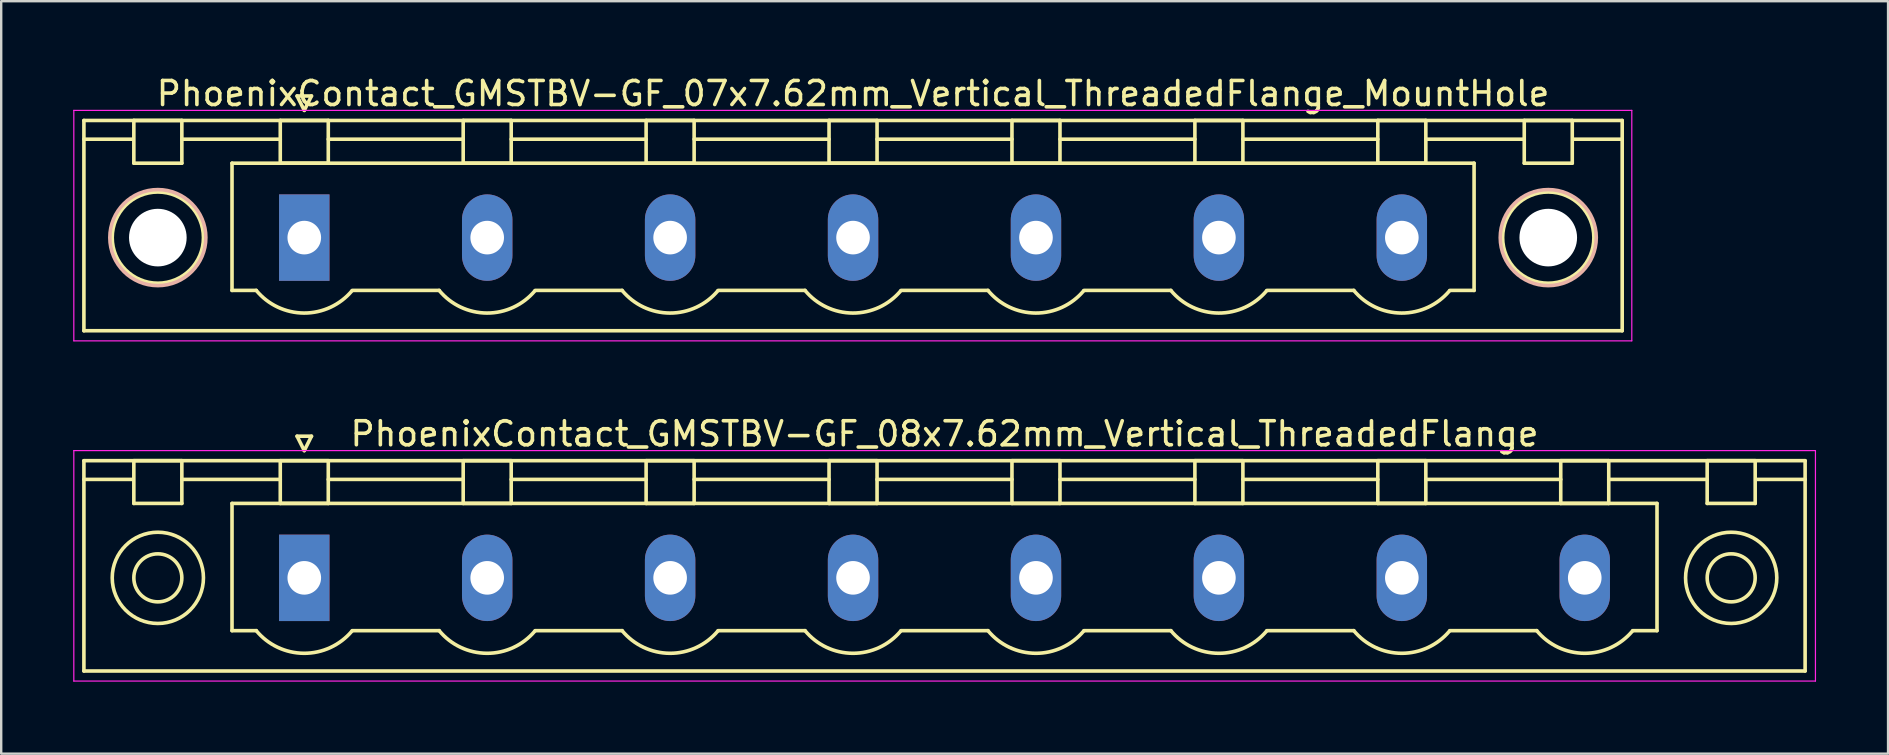
<source format=kicad_pcb>
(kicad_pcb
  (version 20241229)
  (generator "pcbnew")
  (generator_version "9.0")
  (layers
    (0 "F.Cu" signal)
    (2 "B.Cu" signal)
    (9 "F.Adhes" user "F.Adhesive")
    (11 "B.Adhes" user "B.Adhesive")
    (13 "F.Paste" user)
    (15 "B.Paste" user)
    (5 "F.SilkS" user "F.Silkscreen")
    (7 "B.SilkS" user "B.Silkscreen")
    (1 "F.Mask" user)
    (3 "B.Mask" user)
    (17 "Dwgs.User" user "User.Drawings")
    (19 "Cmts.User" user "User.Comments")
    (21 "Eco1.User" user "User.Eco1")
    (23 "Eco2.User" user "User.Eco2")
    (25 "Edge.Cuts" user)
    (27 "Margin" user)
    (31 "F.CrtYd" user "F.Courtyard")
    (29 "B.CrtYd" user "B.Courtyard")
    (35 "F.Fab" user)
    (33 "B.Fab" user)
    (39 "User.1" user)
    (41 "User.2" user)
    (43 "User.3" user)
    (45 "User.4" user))
  (footprint "PhoenixContact_GMSTBV-GF_08x7.62mm_Vertical_ThreadedFlange"
    (layer "F.Cu")
    (at 9.625 21.021)
    (property "Reference" "PhoenixContact_GMSTBV-GF_08x7.62mm_Vertical_ThreadedFlange" (at 26.67 -6 0) (layer "F.SilkS") (effects (font (size 1 1) (thickness 0.15))))
    (attr through_hole)
    (fp_line (start -9.18 -4.88) (end -9.18 3.88) (stroke (width 0.15) (type solid)) (layer "F.SilkS"))
    (fp_line (start -9.18 -4.1) (end -7.18 -4.1) (stroke (width 0.15) (type solid)) (layer "F.SilkS"))
    (fp_line (start -9.18 3.88) (end 62.52 3.88) (stroke (width 0.15) (type solid)) (layer "F.SilkS"))
    (fp_line (start -7.1 -4.88) (end -5.1 -4.88) (stroke (width 0.15) (type solid)) (layer "F.SilkS"))
    (fp_line (start -7.1 -3.1) (end -7.1 -4.88) (stroke (width 0.15) (type solid)) (layer "F.SilkS"))
    (fp_line (start -5.1 -4.88) (end -5.1 -3.1) (stroke (width 0.15) (type solid)) (layer "F.SilkS"))
    (fp_line (start -5.1 -4.1) (end -1 -4.1) (stroke (width 0.15) (type solid)) (layer "F.SilkS"))
    (fp_line (start -5.1 -3.1) (end -7.1 -3.1) (stroke (width 0.15) (type solid)) (layer "F.SilkS"))
    (fp_line (start -3.01 -3.1) (end 56.35 -3.1) (stroke (width 0.15) (type solid)) (layer "F.SilkS"))
    (fp_line (start -3.01 2.2) (end -3.01 -3.1) (stroke (width 0.15) (type solid)) (layer "F.SilkS"))
    (fp_line (start -2 2.2) (end -3.01 2.2) (stroke (width 0.15) (type solid)) (layer "F.SilkS"))
    (fp_line (start -1 -4.88) (end 1 -4.88) (stroke (width 0.15) (type solid)) (layer "F.SilkS"))
    (fp_line (start -1 -3.1) (end -1 -4.88) (stroke (width 0.15) (type solid)) (layer "F.SilkS"))
    (fp_line (start -0.3 -5.9) (end 0 -5.3) (stroke (width 0.15) (type solid)) (layer "F.SilkS"))
    (fp_line (start 0 -5.3) (end 0.3 -5.9) (stroke (width 0.15) (type solid)) (layer "F.SilkS"))
    (fp_line (start 0.3 -5.9) (end -0.3 -5.9) (stroke (width 0.15) (type solid)) (layer "F.SilkS"))
    (fp_line (start 1 -4.88) (end 1 -3.1) (stroke (width 0.15) (type solid)) (layer "F.SilkS"))
    (fp_line (start 1 -4.1) (end 6.62 -4.1) (stroke (width 0.15) (type solid)) (layer "F.SilkS"))
    (fp_line (start 1 -3.1) (end -1 -3.1) (stroke (width 0.15) (type solid)) (layer "F.SilkS"))
    (fp_line (start 2 2.2) (end 5.62 2.2) (stroke (width 0.15) (type solid)) (layer "F.SilkS"))
    (fp_line (start 6.62 -4.88) (end 8.62 -4.88) (stroke (width 0.15) (type solid)) (layer "F.SilkS"))
    (fp_line (start 6.62 -3.1) (end 6.62 -4.88) (stroke (width 0.15) (type solid)) (layer "F.SilkS"))
    (fp_line (start 8.62 -4.88) (end 8.62 -3.1) (stroke (width 0.15) (type solid)) (layer "F.SilkS"))
    (fp_line (start 8.62 -4.1) (end 14.24 -4.1) (stroke (width 0.15) (type solid)) (layer "F.SilkS"))
    (fp_line (start 8.62 -3.1) (end 6.62 -3.1) (stroke (width 0.15) (type solid)) (layer "F.SilkS"))
    (fp_line (start 9.62 2.2) (end 13.24 2.2) (stroke (width 0.15) (type solid)) (layer "F.SilkS"))
    (fp_line (start 14.24 -4.88) (end 16.24 -4.88) (stroke (width 0.15) (type solid)) (layer "F.SilkS"))
    (fp_line (start 14.24 -3.1) (end 14.24 -4.88) (stroke (width 0.15) (type solid)) (layer "F.SilkS"))
    (fp_line (start 16.24 -4.88) (end 16.24 -3.1) (stroke (width 0.15) (type solid)) (layer "F.SilkS"))
    (fp_line (start 16.24 -4.1) (end 21.86 -4.1) (stroke (width 0.15) (type solid)) (layer "F.SilkS"))
    (fp_line (start 16.24 -3.1) (end 14.24 -3.1) (stroke (width 0.15) (type solid)) (layer "F.SilkS"))
    (fp_line (start 17.24 2.2) (end 20.86 2.2) (stroke (width 0.15) (type solid)) (layer "F.SilkS"))
    (fp_line (start 21.86 -4.88) (end 23.86 -4.88) (stroke (width 0.15) (type solid)) (layer "F.SilkS"))
    (fp_line (start 21.86 -3.1) (end 21.86 -4.88) (stroke (width 0.15) (type solid)) (layer "F.SilkS"))
    (fp_line (start 23.86 -4.88) (end 23.86 -3.1) (stroke (width 0.15) (type solid)) (layer "F.SilkS"))
    (fp_line (start 23.86 -4.1) (end 29.48 -4.1) (stroke (width 0.15) (type solid)) (layer "F.SilkS"))
    (fp_line (start 23.86 -3.1) (end 21.86 -3.1) (stroke (width 0.15) (type solid)) (layer "F.SilkS"))
    (fp_line (start 24.86 2.2) (end 28.48 2.2) (stroke (width 0.15) (type solid)) (layer "F.SilkS"))
    (fp_line (start 29.48 -4.88) (end 31.48 -4.88) (stroke (width 0.15) (type solid)) (layer "F.SilkS"))
    (fp_line (start 29.48 -3.1) (end 29.48 -4.88) (stroke (width 0.15) (type solid)) (layer "F.SilkS"))
    (fp_line (start 31.48 -4.88) (end 31.48 -3.1) (stroke (width 0.15) (type solid)) (layer "F.SilkS"))
    (fp_line (start 31.48 -4.1) (end 37.1 -4.1) (stroke (width 0.15) (type solid)) (layer "F.SilkS"))
    (fp_line (start 31.48 -3.1) (end 29.48 -3.1) (stroke (width 0.15) (type solid)) (layer "F.SilkS"))
    (fp_line (start 32.48 2.2) (end 36.1 2.2) (stroke (width 0.15) (type solid)) (layer "F.SilkS"))
    (fp_line (start 37.1 -4.88) (end 39.1 -4.88) (stroke (width 0.15) (type solid)) (layer "F.SilkS"))
    (fp_line (start 37.1 -3.1) (end 37.1 -4.88) (stroke (width 0.15) (type solid)) (layer "F.SilkS"))
    (fp_line (start 39.1 -4.88) (end 39.1 -3.1) (stroke (width 0.15) (type solid)) (layer "F.SilkS"))
    (fp_line (start 39.1 -4.1) (end 44.72 -4.1) (stroke (width 0.15) (type solid)) (layer "F.SilkS"))
    (fp_line (start 39.1 -3.1) (end 37.1 -3.1) (stroke (width 0.15) (type solid)) (layer "F.SilkS"))
    (fp_line (start 40.1 2.2) (end 43.72 2.2) (stroke (width 0.15) (type solid)) (layer "F.SilkS"))
    (fp_line (start 44.72 -4.88) (end 46.72 -4.88) (stroke (width 0.15) (type solid)) (layer "F.SilkS"))
    (fp_line (start 44.72 -3.1) (end 44.72 -4.88) (stroke (width 0.15) (type solid)) (layer "F.SilkS"))
    (fp_line (start 46.72 -4.88) (end 46.72 -3.1) (stroke (width 0.15) (type solid)) (layer "F.SilkS"))
    (fp_line (start 46.72 -4.1) (end 52.34 -4.1) (stroke (width 0.15) (type solid)) (layer "F.SilkS"))
    (fp_line (start 46.72 -3.1) (end 44.72 -3.1) (stroke (width 0.15) (type solid)) (layer "F.SilkS"))
    (fp_line (start 47.72 2.2) (end 51.34 2.2) (stroke (width 0.15) (type solid)) (layer "F.SilkS"))
    (fp_line (start 52.34 -4.88) (end 54.34 -4.88) (stroke (width 0.15) (type solid)) (layer "F.SilkS"))
    (fp_line (start 52.34 -3.1) (end 52.34 -4.88) (stroke (width 0.15) (type solid)) (layer "F.SilkS"))
    (fp_line (start 54.34 -4.88) (end 54.34 -3.1) (stroke (width 0.15) (type solid)) (layer "F.SilkS"))
    (fp_line (start 54.34 -4.1) (end 58.44 -4.1) (stroke (width 0.15) (type solid)) (layer "F.SilkS"))
    (fp_line (start 54.34 -3.1) (end 52.34 -3.1) (stroke (width 0.15) (type solid)) (layer "F.SilkS"))
    (fp_line (start 56.35 -3.1) (end 56.35 2.2) (stroke (width 0.15) (type solid)) (layer "F.SilkS"))
    (fp_line (start 56.35 2.2) (end 55.34 2.2) (stroke (width 0.15) (type solid)) (layer "F.SilkS"))
    (fp_line (start 58.44 -4.88) (end 60.44 -4.88) (stroke (width 0.15) (type solid)) (layer "F.SilkS"))
    (fp_line (start 58.44 -3.1) (end 58.44 -4.88) (stroke (width 0.15) (type solid)) (layer "F.SilkS"))
    (fp_line (start 60.44 -4.88) (end 60.44 -3.1) (stroke (width 0.15) (type solid)) (layer "F.SilkS"))
    (fp_line (start 60.44 -3.1) (end 58.44 -3.1) (stroke (width 0.15) (type solid)) (layer "F.SilkS"))
    (fp_line (start 62.52 -4.88) (end -9.18 -4.88) (stroke (width 0.15) (type solid)) (layer "F.SilkS"))
    (fp_line (start 62.52 -4.1) (end 60.52 -4.1) (stroke (width 0.15) (type solid)) (layer "F.SilkS"))
    (fp_line (start 62.52 3.88) (end 62.52 -4.88) (stroke (width 0.15) (type solid)) (layer "F.SilkS"))
    (fp_arc (start 1.986842 2.215821) (mid -0.010289 3.142758) (end -2 2.2) (stroke (width 0.15) (type solid)) (layer "F.SilkS"))
    (fp_arc (start 9.606842 2.215821) (mid 7.609711 3.142758) (end 5.62 2.2) (stroke (width 0.15) (type solid)) (layer "F.SilkS"))
    (fp_arc (start 17.226842 2.215821) (mid 15.229711 3.142758) (end 13.24 2.2) (stroke (width 0.15) (type solid)) (layer "F.SilkS"))
    (fp_arc (start 24.846842 2.215821) (mid 22.849711 3.142758) (end 20.86 2.2) (stroke (width 0.15) (type solid)) (layer "F.SilkS"))
    (fp_arc (start 32.466842 2.215821) (mid 30.469711 3.142758) (end 28.48 2.2) (stroke (width 0.15) (type solid)) (layer "F.SilkS"))
    (fp_arc (start 40.086842 2.215821) (mid 38.089711 3.142758) (end 36.1 2.2) (stroke (width 0.15) (type solid)) (layer "F.SilkS"))
    (fp_arc (start 47.706842 2.215821) (mid 45.709711 3.142758) (end 43.72 2.2) (stroke (width 0.15) (type solid)) (layer "F.SilkS"))
    (fp_arc (start 55.326842 2.215821) (mid 53.329711 3.142758) (end 51.34 2.2) (stroke (width 0.15) (type solid)) (layer "F.SilkS"))
    (fp_circle (center -6.1 0) (end -5.1 0) (stroke (width 0.15) (type solid)) (fill no) (layer "F.SilkS"))
    (fp_circle (center -6.1 0) (end -4.2 0) (stroke (width 0.15) (type solid)) (fill no) (layer "F.SilkS"))
    (fp_circle (center 59.44 0) (end 60.44 0) (stroke (width 0.15) (type solid)) (fill no) (layer "F.SilkS"))
    (fp_circle (center 59.44 0) (end 61.34 0) (stroke (width 0.15) (type solid)) (fill no) (layer "F.SilkS"))
    (fp_line (start -9.6 -5.3) (end -9.6 4.3) (stroke (width 0.05) (type solid)) (layer "F.CrtYd"))
    (fp_line (start -9.6 4.3) (end 62.95 4.3) (stroke (width 0.05) (type solid)) (layer "F.CrtYd"))
    (fp_line (start 62.95 -5.3) (end -9.6 -5.3) (stroke (width 0.05) (type solid)) (layer "F.CrtYd"))
    (fp_line (start 62.95 4.3) (end 62.95 -5.3) (stroke (width 0.05) (type solid)) (layer "F.CrtYd"))
    (pad "1" thru_hole rect (at 0 0) (size 2.1 3.6) (drill 1.4) (layers "*.Cu" "*.Mask"))
    (pad "2" thru_hole oval (at 7.62 0) (size 2.1 3.6) (drill 1.4) (layers "*.Cu" "*.Mask"))
    (pad "3" thru_hole oval (at 15.24 0) (size 2.1 3.6) (drill 1.4) (layers "*.Cu" "*.Mask"))
    (pad "4" thru_hole oval (at 22.86 0) (size 2.1 3.6) (drill 1.4) (layers "*.Cu" "*.Mask"))
    (pad "5" thru_hole oval (at 30.48 0) (size 2.1 3.6) (drill 1.4) (layers "*.Cu" "*.Mask"))
    (pad "6" thru_hole oval (at 38.1 0) (size 2.1 3.6) (drill 1.4) (layers "*.Cu" "*.Mask"))
    (pad "7" thru_hole oval (at 45.72 0) (size 2.1 3.6) (drill 1.4) (layers "*.Cu" "*.Mask"))
    (pad "8" thru_hole oval (at 53.34 0) (size 2.1 3.6) (drill 1.4) (layers "*.Cu" "*.Mask")))
  (footprint "PhoenixContact_GMSTBV-GF_07x7.62mm_Vertical_ThreadedFlange_MountHole"
    (layer "F.Cu")
    (at 9.625 6.848)
    (property "Reference" "PhoenixContact_GMSTBV-GF_07x7.62mm_Vertical_ThreadedFlange_MountHole" (at 22.86 -6 0) (layer "F.SilkS") (effects (font (size 1 1) (thickness 0.15))))
    (attr through_hole)
    (fp_line (start -9.18 -4.88) (end -9.18 3.88) (stroke (width 0.15) (type solid)) (layer "F.SilkS"))
    (fp_line (start -9.18 -4.1) (end -7.18 -4.1) (stroke (width 0.15) (type solid)) (layer "F.SilkS"))
    (fp_line (start -9.18 3.88) (end 54.9 3.88) (stroke (width 0.15) (type solid)) (layer "F.SilkS"))
    (fp_line (start -7.1 -4.88) (end -5.1 -4.88) (stroke (width 0.15) (type solid)) (layer "F.SilkS"))
    (fp_line (start -7.1 -3.1) (end -7.1 -4.88) (stroke (width 0.15) (type solid)) (layer "F.SilkS"))
    (fp_line (start -5.1 -4.88) (end -5.1 -3.1) (stroke (width 0.15) (type solid)) (layer "F.SilkS"))
    (fp_line (start -5.1 -4.1) (end -1 -4.1) (stroke (width 0.15) (type solid)) (layer "F.SilkS"))
    (fp_line (start -5.1 -3.1) (end -7.1 -3.1) (stroke (width 0.15) (type solid)) (layer "F.SilkS"))
    (fp_line (start -3.01 -3.1) (end 48.73 -3.1) (stroke (width 0.15) (type solid)) (layer "F.SilkS"))
    (fp_line (start -3.01 2.2) (end -3.01 -3.1) (stroke (width 0.15) (type solid)) (layer "F.SilkS"))
    (fp_line (start -2 2.2) (end -3.01 2.2) (stroke (width 0.15) (type solid)) (layer "F.SilkS"))
    (fp_line (start -1 -4.88) (end 1 -4.88) (stroke (width 0.15) (type solid)) (layer "F.SilkS"))
    (fp_line (start -1 -3.1) (end -1 -4.88) (stroke (width 0.15) (type solid)) (layer "F.SilkS"))
    (fp_line (start -0.3 -5.9) (end 0 -5.3) (stroke (width 0.15) (type solid)) (layer "F.SilkS"))
    (fp_line (start 0 -5.3) (end 0.3 -5.9) (stroke (width 0.15) (type solid)) (layer "F.SilkS"))
    (fp_line (start 0.3 -5.9) (end -0.3 -5.9) (stroke (width 0.15) (type solid)) (layer "F.SilkS"))
    (fp_line (start 1 -4.88) (end 1 -3.1) (stroke (width 0.15) (type solid)) (layer "F.SilkS"))
    (fp_line (start 1 -4.1) (end 6.62 -4.1) (stroke (width 0.15) (type solid)) (layer "F.SilkS"))
    (fp_line (start 1 -3.1) (end -1 -3.1) (stroke (width 0.15) (type solid)) (layer "F.SilkS"))
    (fp_line (start 2 2.2) (end 5.62 2.2) (stroke (width 0.15) (type solid)) (layer "F.SilkS"))
    (fp_line (start 6.62 -4.88) (end 8.62 -4.88) (stroke (width 0.15) (type solid)) (layer "F.SilkS"))
    (fp_line (start 6.62 -3.1) (end 6.62 -4.88) (stroke (width 0.15) (type solid)) (layer "F.SilkS"))
    (fp_line (start 8.62 -4.88) (end 8.62 -3.1) (stroke (width 0.15) (type solid)) (layer "F.SilkS"))
    (fp_line (start 8.62 -4.1) (end 14.24 -4.1) (stroke (width 0.15) (type solid)) (layer "F.SilkS"))
    (fp_line (start 8.62 -3.1) (end 6.62 -3.1) (stroke (width 0.15) (type solid)) (layer "F.SilkS"))
    (fp_line (start 9.62 2.2) (end 13.24 2.2) (stroke (width 0.15) (type solid)) (layer "F.SilkS"))
    (fp_line (start 14.24 -4.88) (end 16.24 -4.88) (stroke (width 0.15) (type solid)) (layer "F.SilkS"))
    (fp_line (start 14.24 -3.1) (end 14.24 -4.88) (stroke (width 0.15) (type solid)) (layer "F.SilkS"))
    (fp_line (start 16.24 -4.88) (end 16.24 -3.1) (stroke (width 0.15) (type solid)) (layer "F.SilkS"))
    (fp_line (start 16.24 -4.1) (end 21.86 -4.1) (stroke (width 0.15) (type solid)) (layer "F.SilkS"))
    (fp_line (start 16.24 -3.1) (end 14.24 -3.1) (stroke (width 0.15) (type solid)) (layer "F.SilkS"))
    (fp_line (start 17.24 2.2) (end 20.86 2.2) (stroke (width 0.15) (type solid)) (layer "F.SilkS"))
    (fp_line (start 21.86 -4.88) (end 23.86 -4.88) (stroke (width 0.15) (type solid)) (layer "F.SilkS"))
    (fp_line (start 21.86 -3.1) (end 21.86 -4.88) (stroke (width 0.15) (type solid)) (layer "F.SilkS"))
    (fp_line (start 23.86 -4.88) (end 23.86 -3.1) (stroke (width 0.15) (type solid)) (layer "F.SilkS"))
    (fp_line (start 23.86 -4.1) (end 29.48 -4.1) (stroke (width 0.15) (type solid)) (layer "F.SilkS"))
    (fp_line (start 23.86 -3.1) (end 21.86 -3.1) (stroke (width 0.15) (type solid)) (layer "F.SilkS"))
    (fp_line (start 24.86 2.2) (end 28.48 2.2) (stroke (width 0.15) (type solid)) (layer "F.SilkS"))
    (fp_line (start 29.48 -4.88) (end 31.48 -4.88) (stroke (width 0.15) (type solid)) (layer "F.SilkS"))
    (fp_line (start 29.48 -3.1) (end 29.48 -4.88) (stroke (width 0.15) (type solid)) (layer "F.SilkS"))
    (fp_line (start 31.48 -4.88) (end 31.48 -3.1) (stroke (width 0.15) (type solid)) (layer "F.SilkS"))
    (fp_line (start 31.48 -4.1) (end 37.1 -4.1) (stroke (width 0.15) (type solid)) (layer "F.SilkS"))
    (fp_line (start 31.48 -3.1) (end 29.48 -3.1) (stroke (width 0.15) (type solid)) (layer "F.SilkS"))
    (fp_line (start 32.48 2.2) (end 36.1 2.2) (stroke (width 0.15) (type solid)) (layer "F.SilkS"))
    (fp_line (start 37.1 -4.88) (end 39.1 -4.88) (stroke (width 0.15) (type solid)) (layer "F.SilkS"))
    (fp_line (start 37.1 -3.1) (end 37.1 -4.88) (stroke (width 0.15) (type solid)) (layer "F.SilkS"))
    (fp_line (start 39.1 -4.88) (end 39.1 -3.1) (stroke (width 0.15) (type solid)) (layer "F.SilkS"))
    (fp_line (start 39.1 -4.1) (end 44.72 -4.1) (stroke (width 0.15) (type solid)) (layer "F.SilkS"))
    (fp_line (start 39.1 -3.1) (end 37.1 -3.1) (stroke (width 0.15) (type solid)) (layer "F.SilkS"))
    (fp_line (start 40.1 2.2) (end 43.72 2.2) (stroke (width 0.15) (type solid)) (layer "F.SilkS"))
    (fp_line (start 44.72 -4.88) (end 46.72 -4.88) (stroke (width 0.15) (type solid)) (layer "F.SilkS"))
    (fp_line (start 44.72 -3.1) (end 44.72 -4.88) (stroke (width 0.15) (type solid)) (layer "F.SilkS"))
    (fp_line (start 46.72 -4.88) (end 46.72 -3.1) (stroke (width 0.15) (type solid)) (layer "F.SilkS"))
    (fp_line (start 46.72 -4.1) (end 50.82 -4.1) (stroke (width 0.15) (type solid)) (layer "F.SilkS"))
    (fp_line (start 46.72 -3.1) (end 44.72 -3.1) (stroke (width 0.15) (type solid)) (layer "F.SilkS"))
    (fp_line (start 48.73 -3.1) (end 48.73 2.2) (stroke (width 0.15) (type solid)) (layer "F.SilkS"))
    (fp_line (start 48.73 2.2) (end 47.72 2.2) (stroke (width 0.15) (type solid)) (layer "F.SilkS"))
    (fp_line (start 50.82 -4.88) (end 52.82 -4.88) (stroke (width 0.15) (type solid)) (layer "F.SilkS"))
    (fp_line (start 50.82 -3.1) (end 50.82 -4.88) (stroke (width 0.15) (type solid)) (layer "F.SilkS"))
    (fp_line (start 52.82 -4.88) (end 52.82 -3.1) (stroke (width 0.15) (type solid)) (layer "F.SilkS"))
    (fp_line (start 52.82 -3.1) (end 50.82 -3.1) (stroke (width 0.15) (type solid)) (layer "F.SilkS"))
    (fp_line (start 54.9 -4.88) (end -9.18 -4.88) (stroke (width 0.15) (type solid)) (layer "F.SilkS"))
    (fp_line (start 54.9 -4.1) (end 52.9 -4.1) (stroke (width 0.15) (type solid)) (layer "F.SilkS"))
    (fp_line (start 54.9 3.88) (end 54.9 -4.88) (stroke (width 0.15) (type solid)) (layer "F.SilkS"))
    (fp_arc (start 1.986842 2.215821) (mid -0.010289 3.142758) (end -2 2.2) (stroke (width 0.15) (type solid)) (layer "F.SilkS"))
    (fp_arc (start 9.606842 2.215821) (mid 7.609711 3.142758) (end 5.62 2.2) (stroke (width 0.15) (type solid)) (layer "F.SilkS"))
    (fp_arc (start 17.226842 2.215821) (mid 15.229711 3.142758) (end 13.24 2.2) (stroke (width 0.15) (type solid)) (layer "F.SilkS"))
    (fp_arc (start 24.846842 2.215821) (mid 22.849711 3.142758) (end 20.86 2.2) (stroke (width 0.15) (type solid)) (layer "F.SilkS"))
    (fp_arc (start 32.466842 2.215821) (mid 30.469711 3.142758) (end 28.48 2.2) (stroke (width 0.15) (type solid)) (layer "F.SilkS"))
    (fp_arc (start 40.086842 2.215821) (mid 38.089711 3.142758) (end 36.1 2.2) (stroke (width 0.15) (type solid)) (layer "F.SilkS"))
    (fp_arc (start 47.706842 2.215821) (mid 45.709711 3.142758) (end 43.72 2.2) (stroke (width 0.15) (type solid)) (layer "F.SilkS"))
    (fp_circle (center -6.1 0) (end -4.2 0) (stroke (width 0.15) (type solid)) (fill no) (layer "F.SilkS"))
    (fp_circle (center 51.82 0) (end 53.72 0) (stroke (width 0.15) (type solid)) (fill no) (layer "F.SilkS"))
    (fp_circle (center -6.1 0) (end -4.1 0) (stroke (width 0.15) (type solid)) (fill no) (layer "B.SilkS"))
    (fp_circle (center 51.82 0) (end 53.82 0) (stroke (width 0.15) (type solid)) (fill no) (layer "B.SilkS"))
    (fp_line (start -9.6 -5.3) (end -9.6 4.3) (stroke (width 0.05) (type solid)) (layer "F.CrtYd"))
    (fp_line (start -9.6 4.3) (end 55.3 4.3) (stroke (width 0.05) (type solid)) (layer "F.CrtYd"))
    (fp_line (start 55.3 -5.3) (end -9.6 -5.3) (stroke (width 0.05) (type solid)) (layer "F.CrtYd"))
    (fp_line (start 55.3 4.3) (end 55.3 -5.3) (stroke (width 0.05) (type solid)) (layer "F.CrtYd"))
    (pad "" np_thru_hole circle (at -6.1 0) (size 2.4 2.4) (drill 2.4) (layers "*.Cu" "*.Mask"))
    (pad "" np_thru_hole circle (at 51.82 0) (size 2.4 2.4) (drill 2.4) (layers "*.Cu" "*.Mask"))
    (pad "1" thru_hole rect (at 0 0) (size 2.1 3.6) (drill 1.4) (layers "*.Cu" "*.Mask"))
    (pad "2" thru_hole oval (at 7.62 0) (size 2.1 3.6) (drill 1.4) (layers "*.Cu" "*.Mask"))
    (pad "3" thru_hole oval (at 15.24 0) (size 2.1 3.6) (drill 1.4) (layers "*.Cu" "*.Mask"))
    (pad "4" thru_hole oval (at 22.86 0) (size 2.1 3.6) (drill 1.4) (layers "*.Cu" "*.Mask"))
    (pad "5" thru_hole oval (at 30.48 0) (size 2.1 3.6) (drill 1.4) (layers "*.Cu" "*.Mask"))
    (pad "6" thru_hole oval (at 38.1 0) (size 2.1 3.6) (drill 1.4) (layers "*.Cu" "*.Mask"))
    (pad "7" thru_hole oval (at 45.72 0) (size 2.1 3.6) (drill 1.4) (layers "*.Cu" "*.Mask")))
  (gr_rect
    (start -3 -3)
    (end 75.6 28.346)
    (stroke (width 0.1) (type default))
    (fill no)
    (layer "Edge.Cuts")))
</source>
